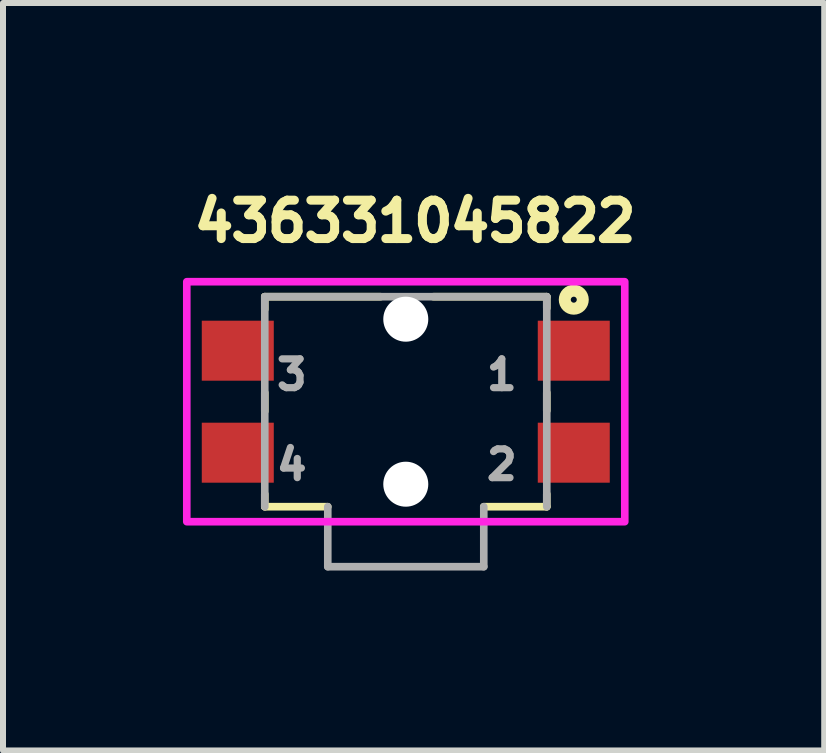
<source format=kicad_pcb>
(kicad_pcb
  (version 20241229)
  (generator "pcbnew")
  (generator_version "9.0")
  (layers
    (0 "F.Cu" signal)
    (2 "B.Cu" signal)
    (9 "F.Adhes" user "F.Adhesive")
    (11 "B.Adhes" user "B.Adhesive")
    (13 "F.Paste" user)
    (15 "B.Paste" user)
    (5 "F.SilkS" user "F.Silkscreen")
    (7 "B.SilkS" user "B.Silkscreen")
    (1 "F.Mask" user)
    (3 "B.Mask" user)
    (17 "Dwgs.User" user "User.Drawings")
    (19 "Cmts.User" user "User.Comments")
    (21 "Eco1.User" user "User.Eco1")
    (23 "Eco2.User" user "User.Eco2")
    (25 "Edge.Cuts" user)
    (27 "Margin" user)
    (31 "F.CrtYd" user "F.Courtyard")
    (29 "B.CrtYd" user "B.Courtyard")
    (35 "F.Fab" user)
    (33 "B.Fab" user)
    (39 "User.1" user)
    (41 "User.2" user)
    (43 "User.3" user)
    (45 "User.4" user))
  (footprint "436331045822"
    (layer "F.Cu")
    (at 3.713 3.645)
    (property "Reference" "436331045822" (at 0.155 -3.007 0) (layer "F.SilkS") (effects (font (size 0.64 0.64) (thickness 0.15))))
    (attr through_hole)
    (fp_line (start -2.35 -1.75) (end -2.35 -1.54) (stroke (width 0.127) (type solid)) (layer "F.SilkS"))
    (fp_line (start -2.35 0.16) (end -2.35 -0.15) (stroke (width 0.127) (type solid)) (layer "F.SilkS"))
    (fp_line (start -2.35 1.54) (end -2.35 1.75) (stroke (width 0.127) (type solid)) (layer "F.SilkS"))
    (fp_line (start -2.35 1.75) (end -1.3 1.75) (stroke (width 0.127) (type solid)) (layer "F.SilkS"))
    (fp_line (start -0.42 -1.75) (end -2.35 -1.75) (stroke (width 0.127) (type solid)) (layer "F.SilkS"))
    (fp_line (start 0.46 -1.75) (end 2.35 -1.75) (stroke (width 0.127) (type solid)) (layer "F.SilkS"))
    (fp_line (start 1.3 1.75) (end 2.35 1.75) (stroke (width 0.127) (type solid)) (layer "F.SilkS"))
    (fp_line (start 2.35 -1.75) (end 2.35 -1.56) (stroke (width 0.127) (type solid)) (layer "F.SilkS"))
    (fp_line (start 2.35 -0.15) (end 2.35 0.15) (stroke (width 0.127) (type solid)) (layer "F.SilkS"))
    (fp_line (start 2.35 1.54) (end 2.35 1.75) (stroke (width 0.127) (type solid)) (layer "F.SilkS"))
    (fp_circle (center 2.8 -1.7) (end 2.85 -1.7) (stroke (width 0.2) (type solid)) (fill no) (layer "F.SilkS"))
    (fp_poly (pts (xy -3.65 -2) (xy 3.65 -2) (xy 3.65 2) (xy -3.65 2)) (stroke (width 0.127) (type solid)) (fill no) (layer "F.CrtYd"))
    (fp_line (start -2.35 -1.75) (end -2.35 1.75) (stroke (width 0.127) (type solid)) (layer "F.Fab"))
    (fp_line (start -1.3 1.75) (end -1.3 2.75) (stroke (width 0.127) (type solid)) (layer "F.Fab"))
    (fp_line (start -1.3 2.75) (end 1.3 2.75) (stroke (width 0.127) (type solid)) (layer "F.Fab"))
    (fp_line (start 1.3 2.75) (end 1.3 1.75) (stroke (width 0.127) (type solid)) (layer "F.Fab"))
    (fp_line (start 2.35 -1.75) (end -2.35 -1.75) (stroke (width 0.127) (type solid)) (layer "F.Fab"))
    (fp_line (start 2.35 1.75) (end 2.35 -1.75) (stroke (width 0.127) (type solid)) (layer "F.Fab"))
    (fp_text user "4" (at -1.9 1.05 0) (layer "F.Fab") (effects (font (size 0.48 0.48) (thickness 0.15))))
    (fp_text user "1" (at 1.6 -0.45 0) (layer "F.Fab") (effects (font (size 0.48 0.48) (thickness 0.15))))
    (fp_text user "2" (at 1.6 1.05 0) (layer "F.Fab") (effects (font (size 0.48 0.48) (thickness 0.15))))
    (fp_text user "3" (at -1.9 -0.45 0) (layer "F.Fab") (effects (font (size 0.48 0.48) (thickness 0.15))))
    (pad "" np_thru_hole circle (at 0 -1.375) (size 0.75 0.75) (drill 0.75) (layers "*.Cu" "*.Mask"))
    (pad "" np_thru_hole circle (at 0 1.375) (size 0.75 0.75) (drill 0.75) (layers "*.Cu" "*.Mask"))
    (pad "1" smd rect (at 2.8 -0.85) (size 1.2 1) (layers "F.Cu" "F.Mask" "F.Paste"))
    (pad "2" smd rect (at 2.8 0.85) (size 1.2 1) (layers "F.Cu" "F.Mask" "F.Paste"))
    (pad "3" smd rect (at -2.8 -0.85) (size 1.2 1) (layers "F.Cu" "F.Mask" "F.Paste"))
    (pad "4" smd rect (at -2.8 0.85) (size 1.2 1) (layers "F.Cu" "F.Mask" "F.Paste")))
  (gr_rect
    (start -3 -3)
    (end 10.687 9.458)
    (stroke (width 0.1) (type default))
    (fill no)
    (layer "Edge.Cuts")))
</source>
